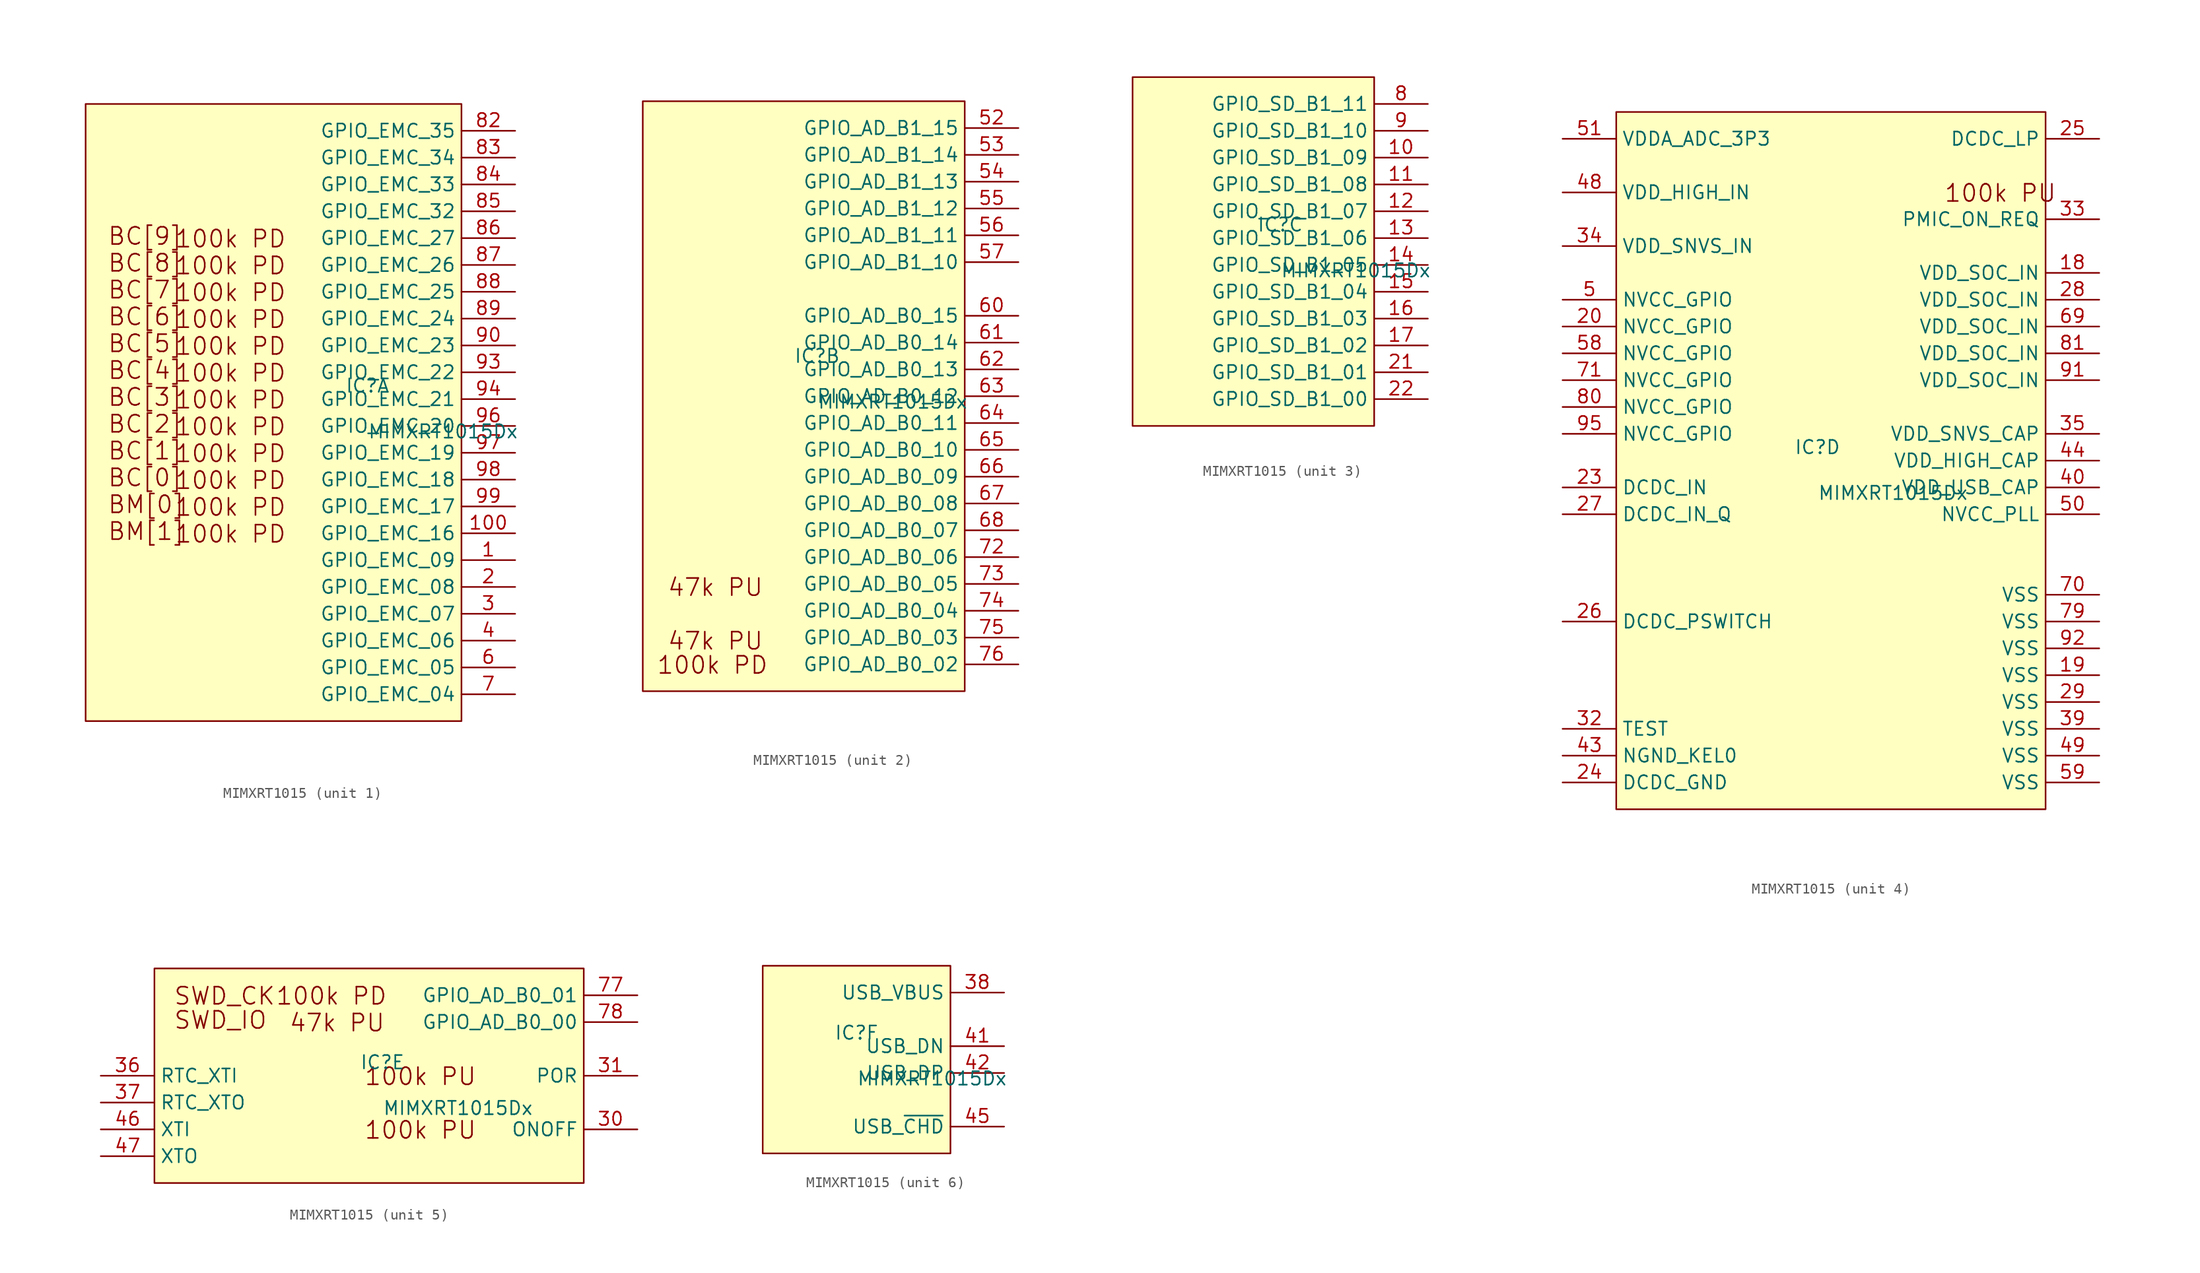
<source format=kicad_sym>
(kicad_symbol_lib
  (version 20231120)
  (generator "kicad_symbol_editor")
  (generator_version "8.0")
  (symbol "MIMXRT1015"
    (property "Reference" "IC"
      (at -1.27 1.27 0)
      (effects (font (size 1.27 1.27))))
    (property "Value" "MIMXRT1015Dx"
      (at -1.27 -3.81 0)
      (effects (font (size 1.27 1.27)) (justify left bottom)))
    (symbol "MIMXRT1015_1_0"
      (rectangle (start -27.94 27.94) (end 7.62 -30.48) (stroke (width 0) (type solid) (color 128 0 0 1)) (fill (type background)))
      (text "100k PD" (at -19.558 -13.716 0) (effects (font (size 1.626 1.626)) (justify left bottom)))
      (text "100k PD" (at -19.558 -11.176 0) (effects (font (size 1.626 1.626)) (justify left bottom)))
      (text "100k PD" (at -19.558 -8.636 0) (effects (font (size 1.626 1.626)) (justify left bottom)))
      (text "100k PD" (at -19.558 -6.096 0) (effects (font (size 1.626 1.626)) (justify left bottom)))
      (text "100k PD" (at -19.558 -3.556 0) (effects (font (size 1.626 1.626)) (justify left bottom)))
      (text "100k PD" (at -19.558 -1.016 0) (effects (font (size 1.626 1.626)) (justify left bottom)))
      (text "100k PD" (at -19.558 1.524 0) (effects (font (size 1.626 1.626)) (justify left bottom)))
      (text "100k PD" (at -19.558 4.064 0) (effects (font (size 1.626 1.626)) (justify left bottom)))
      (text "100k PD" (at -19.558 6.604 0) (effects (font (size 1.626 1.626)) (justify left bottom)))
      (text "100k PD" (at -19.558 9.144 0) (effects (font (size 1.626 1.626)) (justify left bottom)))
      (text "100k PD" (at -19.558 11.684 0) (effects (font (size 1.626 1.626)) (justify left bottom)))
      (text "100k PD" (at -19.558 14.224 0) (effects (font (size 1.626 1.626)) (justify left bottom)))
      (text "BC[0]" (at -25.908 -8.382 0) (effects (font (size 1.626 1.626)) (justify left bottom)))
      (text "BC[1]" (at -25.908 -5.842 0) (effects (font (size 1.626 1.626)) (justify left bottom)))
      (text "BC[2]" (at -25.908 -3.302 0) (effects (font (size 1.626 1.626)) (justify left bottom)))
      (text "BC[3]" (at -25.908 -0.762 0) (effects (font (size 1.626 1.626)) (justify left bottom)))
      (text "BC[4]" (at -25.908 1.778 0) (effects (font (size 1.626 1.626)) (justify left bottom)))
      (text "BC[5]" (at -25.908 4.318 0) (effects (font (size 1.626 1.626)) (justify left bottom)))
      (text "BC[6]" (at -25.908 6.858 0) (effects (font (size 1.626 1.626)) (justify left bottom)))
      (text "BC[7]" (at -25.908 9.398 0) (effects (font (size 1.626 1.626)) (justify left bottom)))
      (text "BC[8]" (at -25.908 11.938 0) (effects (font (size 1.626 1.626)) (justify left bottom)))
      (text "BC[9]" (at -25.908 14.478 0) (effects (font (size 1.626 1.626)) (justify left bottom)))
      (text "BM[0]" (at -25.908 -10.922 0) (effects (font (size 1.626 1.626)) (justify left bottom)))
      (text "BM[1]" (at -25.908 -13.462 0) (effects (font (size 1.626 1.626)) (justify left bottom)))
      (pin bidirectional line (at 12.7 -15.24 180) (length 5.08) (name "GPIO_EMC_09" (effects (font (size 1.27 1.27)))) (number "1" (effects (font (size 1.27 1.27)))))
      (pin bidirectional line (at 12.7 -12.7 180) (length 5.08) (name "GPIO_EMC_16" (effects (font (size 1.27 1.27)))) (number "100" (effects (font (size 1.27 1.27)))))
      (pin bidirectional line (at 12.7 -17.78 180) (length 5.08) (name "GPIO_EMC_08" (effects (font (size 1.27 1.27)))) (number "2" (effects (font (size 1.27 1.27)))))
      (pin bidirectional line (at 12.7 -20.32 180) (length 5.08) (name "GPIO_EMC_07" (effects (font (size 1.27 1.27)))) (number "3" (effects (font (size 1.27 1.27)))))
      (pin bidirectional line (at 12.7 -22.86 180) (length 5.08) (name "GPIO_EMC_06" (effects (font (size 1.27 1.27)))) (number "4" (effects (font (size 1.27 1.27)))))
      (pin bidirectional line (at 12.7 -25.4 180) (length 5.08) (name "GPIO_EMC_05" (effects (font (size 1.27 1.27)))) (number "6" (effects (font (size 1.27 1.27)))))
      (pin bidirectional line (at 12.7 -27.94 180) (length 5.08) (name "GPIO_EMC_04" (effects (font (size 1.27 1.27)))) (number "7" (effects (font (size 1.27 1.27)))))
      (pin bidirectional line (at 12.7 25.4 180) (length 5.08) (name "GPIO_EMC_35" (effects (font (size 1.27 1.27)))) (number "82" (effects (font (size 1.27 1.27)))))
      (pin bidirectional line (at 12.7 22.86 180) (length 5.08) (name "GPIO_EMC_34" (effects (font (size 1.27 1.27)))) (number "83" (effects (font (size 1.27 1.27)))))
      (pin bidirectional line (at 12.7 20.32 180) (length 5.08) (name "GPIO_EMC_33" (effects (font (size 1.27 1.27)))) (number "84" (effects (font (size 1.27 1.27)))))
      (pin bidirectional line (at 12.7 17.78 180) (length 5.08) (name "GPIO_EMC_32" (effects (font (size 1.27 1.27)))) (number "85" (effects (font (size 1.27 1.27)))))
      (pin bidirectional line (at 12.7 15.24 180) (length 5.08) (name "GPIO_EMC_27" (effects (font (size 1.27 1.27)))) (number "86" (effects (font (size 1.27 1.27)))))
      (pin bidirectional line (at 12.7 12.7 180) (length 5.08) (name "GPIO_EMC_26" (effects (font (size 1.27 1.27)))) (number "87" (effects (font (size 1.27 1.27)))))
      (pin bidirectional line (at 12.7 10.16 180) (length 5.08) (name "GPIO_EMC_25" (effects (font (size 1.27 1.27)))) (number "88" (effects (font (size 1.27 1.27)))))
      (pin bidirectional line (at 12.7 7.62 180) (length 5.08) (name "GPIO_EMC_24" (effects (font (size 1.27 1.27)))) (number "89" (effects (font (size 1.27 1.27)))))
      (pin bidirectional line (at 12.7 5.08 180) (length 5.08) (name "GPIO_EMC_23" (effects (font (size 1.27 1.27)))) (number "90" (effects (font (size 1.27 1.27)))))
      (pin bidirectional line (at 12.7 2.54 180) (length 5.08) (name "GPIO_EMC_22" (effects (font (size 1.27 1.27)))) (number "93" (effects (font (size 1.27 1.27)))))
      (pin bidirectional line (at 12.7 0 180) (length 5.08) (name "GPIO_EMC_21" (effects (font (size 1.27 1.27)))) (number "94" (effects (font (size 1.27 1.27)))))
      (pin bidirectional line (at 12.7 -2.54 180) (length 5.08) (name "GPIO_EMC_20" (effects (font (size 1.27 1.27)))) (number "96" (effects (font (size 1.27 1.27)))))
      (pin bidirectional line (at 12.7 -5.08 180) (length 5.08) (name "GPIO_EMC_19" (effects (font (size 1.27 1.27)))) (number "97" (effects (font (size 1.27 1.27)))))
      (pin bidirectional line (at 12.7 -7.62 180) (length 5.08) (name "GPIO_EMC_18" (effects (font (size 1.27 1.27)))) (number "98" (effects (font (size 1.27 1.27)))))
      (pin bidirectional line (at 12.7 -10.16 180) (length 5.08) (name "GPIO_EMC_17" (effects (font (size 1.27 1.27)))) (number "99" (effects (font (size 1.27 1.27))))))
    (symbol "MIMXRT1015_2_0"
      (rectangle (start -17.78 25.4) (end 12.7 -30.48) (stroke (width 0) (type solid) (color 128 0 0 1)) (fill (type background)))
      (text "100k PD" (at -16.51 -28.956 0) (effects (font (size 1.626 1.626)) (justify left bottom)))
      (text "47k PU" (at -15.494 -26.67 0) (effects (font (size 1.626 1.626)) (justify left bottom)))
      (text "47k PU" (at -15.494 -21.59 0) (effects (font (size 1.626 1.626)) (justify left bottom)))
      (pin passive line (at 17.78 22.86 180) (length 5.08) (name "GPIO_AD_B1_15" (effects (font (size 1.27 1.27)))) (number "52" (effects (font (size 1.27 1.27)))))
      (pin passive line (at 17.78 20.32 180) (length 5.08) (name "GPIO_AD_B1_14" (effects (font (size 1.27 1.27)))) (number "53" (effects (font (size 1.27 1.27)))))
      (pin passive line (at 17.78 17.78 180) (length 5.08) (name "GPIO_AD_B1_13" (effects (font (size 1.27 1.27)))) (number "54" (effects (font (size 1.27 1.27)))))
      (pin passive line (at 17.78 15.24 180) (length 5.08) (name "GPIO_AD_B1_12" (effects (font (size 1.27 1.27)))) (number "55" (effects (font (size 1.27 1.27)))))
      (pin passive line (at 17.78 12.7 180) (length 5.08) (name "GPIO_AD_B1_11" (effects (font (size 1.27 1.27)))) (number "56" (effects (font (size 1.27 1.27)))))
      (pin passive line (at 17.78 10.16 180) (length 5.08) (name "GPIO_AD_B1_10" (effects (font (size 1.27 1.27)))) (number "57" (effects (font (size 1.27 1.27)))))
      (pin passive line (at 17.78 5.08 180) (length 5.08) (name "GPIO_AD_B0_15" (effects (font (size 1.27 1.27)))) (number "60" (effects (font (size 1.27 1.27)))))
      (pin passive line (at 17.78 2.54 180) (length 5.08) (name "GPIO_AD_B0_14" (effects (font (size 1.27 1.27)))) (number "61" (effects (font (size 1.27 1.27)))))
      (pin passive line (at 17.78 0 180) (length 5.08) (name "GPIO_AD_B0_13" (effects (font (size 1.27 1.27)))) (number "62" (effects (font (size 1.27 1.27)))))
      (pin passive line (at 17.78 -2.54 180) (length 5.08) (name "GPIO_AD_B0_12" (effects (font (size 1.27 1.27)))) (number "63" (effects (font (size 1.27 1.27)))))
      (pin passive line (at 17.78 -5.08 180) (length 5.08) (name "GPIO_AD_B0_11" (effects (font (size 1.27 1.27)))) (number "64" (effects (font (size 1.27 1.27)))))
      (pin passive line (at 17.78 -7.62 180) (length 5.08) (name "GPIO_AD_B0_10" (effects (font (size 1.27 1.27)))) (number "65" (effects (font (size 1.27 1.27)))))
      (pin passive line (at 17.78 -10.16 180) (length 5.08) (name "GPIO_AD_B0_09" (effects (font (size 1.27 1.27)))) (number "66" (effects (font (size 1.27 1.27)))))
      (pin passive line (at 17.78 -12.7 180) (length 5.08) (name "GPIO_AD_B0_08" (effects (font (size 1.27 1.27)))) (number "67" (effects (font (size 1.27 1.27)))))
      (pin passive line (at 17.78 -15.24 180) (length 5.08) (name "GPIO_AD_B0_07" (effects (font (size 1.27 1.27)))) (number "68" (effects (font (size 1.27 1.27)))))
      (pin passive line (at 17.78 -17.78 180) (length 5.08) (name "GPIO_AD_B0_06" (effects (font (size 1.27 1.27)))) (number "72" (effects (font (size 1.27 1.27)))))
      (pin passive line (at 17.78 -20.32 180) (length 5.08) (name "GPIO_AD_B0_05" (effects (font (size 1.27 1.27)))) (number "73" (effects (font (size 1.27 1.27)))))
      (pin passive line (at 17.78 -22.86 180) (length 5.08) (name "GPIO_AD_B0_04" (effects (font (size 1.27 1.27)))) (number "74" (effects (font (size 1.27 1.27)))))
      (pin passive line (at 17.78 -25.4 180) (length 5.08) (name "GPIO_AD_B0_03" (effects (font (size 1.27 1.27)))) (number "75" (effects (font (size 1.27 1.27)))))
      (pin passive line (at 17.78 -27.94 180) (length 5.08) (name "GPIO_AD_B0_02" (effects (font (size 1.27 1.27)))) (number "76" (effects (font (size 1.27 1.27))))))
    (symbol "MIMXRT1015_3_0"
      (rectangle (start -15.24 15.24) (end 7.62 -17.78) (stroke (width 0) (type solid) (color 128 0 0 1)) (fill (type background)))
      (pin passive line (at 12.7 7.62 180) (length 5.08) (name "GPIO_SD_B1_09" (effects (font (size 1.27 1.27)))) (number "10" (effects (font (size 1.27 1.27)))))
      (pin passive line (at 12.7 5.08 180) (length 5.08) (name "GPIO_SD_B1_08" (effects (font (size 1.27 1.27)))) (number "11" (effects (font (size 1.27 1.27)))))
      (pin passive line (at 12.7 2.54 180) (length 5.08) (name "GPIO_SD_B1_07" (effects (font (size 1.27 1.27)))) (number "12" (effects (font (size 1.27 1.27)))))
      (pin passive line (at 12.7 0 180) (length 5.08) (name "GPIO_SD_B1_06" (effects (font (size 1.27 1.27)))) (number "13" (effects (font (size 1.27 1.27)))))
      (pin passive line (at 12.7 -2.54 180) (length 5.08) (name "GPIO_SD_B1_05" (effects (font (size 1.27 1.27)))) (number "14" (effects (font (size 1.27 1.27)))))
      (pin passive line (at 12.7 -5.08 180) (length 5.08) (name "GPIO_SD_B1_04" (effects (font (size 1.27 1.27)))) (number "15" (effects (font (size 1.27 1.27)))))
      (pin passive line (at 12.7 -7.62 180) (length 5.08) (name "GPIO_SD_B1_03" (effects (font (size 1.27 1.27)))) (number "16" (effects (font (size 1.27 1.27)))))
      (pin passive line (at 12.7 -10.16 180) (length 5.08) (name "GPIO_SD_B1_02" (effects (font (size 1.27 1.27)))) (number "17" (effects (font (size 1.27 1.27)))))
      (pin passive line (at 12.7 -12.7 180) (length 5.08) (name "GPIO_SD_B1_01" (effects (font (size 1.27 1.27)))) (number "21" (effects (font (size 1.27 1.27)))))
      (pin passive line (at 12.7 -15.24 180) (length 5.08) (name "GPIO_SD_B1_00" (effects (font (size 1.27 1.27)))) (number "22" (effects (font (size 1.27 1.27)))))
      (pin passive line (at 12.7 12.7 180) (length 5.08) (name "GPIO_SD_B1_11" (effects (font (size 1.27 1.27)))) (number "8" (effects (font (size 1.27 1.27)))))
      (pin passive line (at 12.7 10.16 180) (length 5.08) (name "GPIO_SD_B1_10" (effects (font (size 1.27 1.27)))) (number "9" (effects (font (size 1.27 1.27))))))
    (symbol "MIMXRT1015_4_0"
      (rectangle (start -20.32 33.02) (end 20.32 -33.02) (stroke (width 0) (type solid) (color 128 0 0 1)) (fill (type background)))
      (text "100k PU" (at 10.668 24.384 0) (effects (font (size 1.626 1.626)) (justify left bottom)))
      (pin passive line (at 25.4 17.78 180) (length 5.08) (name "VDD_SOC_IN" (effects (font (size 1.27 1.27)))) (number "18" (effects (font (size 1.27 1.27)))))
      (pin passive line (at 25.4 -20.32 180) (length 5.08) (name "VSS" (effects (font (size 1.27 1.27)))) (number "19" (effects (font (size 1.27 1.27)))))
      (pin passive line (at -25.4 12.7 0) (length 5.08) (name "NVCC_GPIO" (effects (font (size 1.27 1.27)))) (number "20" (effects (font (size 1.27 1.27)))))
      (pin passive line (at -25.4 -2.54 0) (length 5.08) (name "DCDC_IN" (effects (font (size 1.27 1.27)))) (number "23" (effects (font (size 1.27 1.27)))))
      (pin passive line (at -25.4 -30.48 0) (length 5.08) (name "DCDC_GND" (effects (font (size 1.27 1.27)))) (number "24" (effects (font (size 1.27 1.27)))))
      (pin passive line (at 25.4 30.48 180) (length 5.08) (name "DCDC_LP" (effects (font (size 1.27 1.27)))) (number "25" (effects (font (size 1.27 1.27)))))
      (pin passive line (at -25.4 -15.24 0) (length 5.08) (name "DCDC_PSWITCH" (effects (font (size 1.27 1.27)))) (number "26" (effects (font (size 1.27 1.27)))))
      (pin passive line (at -25.4 -5.08 0) (length 5.08) (name "DCDC_IN_Q" (effects (font (size 1.27 1.27)))) (number "27" (effects (font (size 1.27 1.27)))))
      (pin passive line (at 25.4 15.24 180) (length 5.08) (name "VDD_SOC_IN" (effects (font (size 1.27 1.27)))) (number "28" (effects (font (size 1.27 1.27)))))
      (pin passive line (at 25.4 -22.86 180) (length 5.08) (name "VSS" (effects (font (size 1.27 1.27)))) (number "29" (effects (font (size 1.27 1.27)))))
      (pin passive line (at -25.4 -25.4 0) (length 5.08) (name "TEST" (effects (font (size 1.27 1.27)))) (number "32" (effects (font (size 1.27 1.27)))))
      (pin passive line (at 25.4 22.86 180) (length 5.08) (name "PMIC_ON_REQ" (effects (font (size 1.27 1.27)))) (number "33" (effects (font (size 1.27 1.27)))))
      (pin passive line (at -25.4 20.32 0) (length 5.08) (name "VDD_SNVS_IN" (effects (font (size 1.27 1.27)))) (number "34" (effects (font (size 1.27 1.27)))))
      (pin passive line (at 25.4 2.54 180) (length 5.08) (name "VDD_SNVS_CAP" (effects (font (size 1.27 1.27)))) (number "35" (effects (font (size 1.27 1.27)))))
      (pin passive line (at 25.4 -25.4 180) (length 5.08) (name "VSS" (effects (font (size 1.27 1.27)))) (number "39" (effects (font (size 1.27 1.27)))))
      (pin passive line (at 25.4 -2.54 180) (length 5.08) (name "VDD_USB_CAP" (effects (font (size 1.27 1.27)))) (number "40" (effects (font (size 1.27 1.27)))))
      (pin passive line (at -25.4 -27.94 0) (length 5.08) (name "NGND_KEL0" (effects (font (size 1.27 1.27)))) (number "43" (effects (font (size 1.27 1.27)))))
      (pin passive line (at 25.4 0 180) (length 5.08) (name "VDD_HIGH_CAP" (effects (font (size 1.27 1.27)))) (number "44" (effects (font (size 1.27 1.27)))))
      (pin passive line (at -25.4 25.4 0) (length 5.08) (name "VDD_HIGH_IN" (effects (font (size 1.27 1.27)))) (number "48" (effects (font (size 1.27 1.27)))))
      (pin passive line (at 25.4 -27.94 180) (length 5.08) (name "VSS" (effects (font (size 1.27 1.27)))) (number "49" (effects (font (size 1.27 1.27)))))
      (pin passive line (at -25.4 15.24 0) (length 5.08) (name "NVCC_GPIO" (effects (font (size 1.27 1.27)))) (number "5" (effects (font (size 1.27 1.27)))))
      (pin passive line (at 25.4 -5.08 180) (length 5.08) (name "NVCC_PLL" (effects (font (size 1.27 1.27)))) (number "50" (effects (font (size 1.27 1.27)))))
      (pin passive line (at -25.4 30.48 0) (length 5.08) (name "VDDA_ADC_3P3" (effects (font (size 1.27 1.27)))) (number "51" (effects (font (size 1.27 1.27)))))
      (pin passive line (at -25.4 10.16 0) (length 5.08) (name "NVCC_GPIO" (effects (font (size 1.27 1.27)))) (number "58" (effects (font (size 1.27 1.27)))))
      (pin passive line (at 25.4 -30.48 180) (length 5.08) (name "VSS" (effects (font (size 1.27 1.27)))) (number "59" (effects (font (size 1.27 1.27)))))
      (pin passive line (at 25.4 12.7 180) (length 5.08) (name "VDD_SOC_IN" (effects (font (size 1.27 1.27)))) (number "69" (effects (font (size 1.27 1.27)))))
      (pin passive line (at 25.4 -12.7 180) (length 5.08) (name "VSS" (effects (font (size 1.27 1.27)))) (number "70" (effects (font (size 1.27 1.27)))))
      (pin passive line (at -25.4 7.62 0) (length 5.08) (name "NVCC_GPIO" (effects (font (size 1.27 1.27)))) (number "71" (effects (font (size 1.27 1.27)))))
      (pin passive line (at 25.4 -15.24 180) (length 5.08) (name "VSS" (effects (font (size 1.27 1.27)))) (number "79" (effects (font (size 1.27 1.27)))))
      (pin passive line (at -25.4 5.08 0) (length 5.08) (name "NVCC_GPIO" (effects (font (size 1.27 1.27)))) (number "80" (effects (font (size 1.27 1.27)))))
      (pin passive line (at 25.4 10.16 180) (length 5.08) (name "VDD_SOC_IN" (effects (font (size 1.27 1.27)))) (number "81" (effects (font (size 1.27 1.27)))))
      (pin passive line (at 25.4 7.62 180) (length 5.08) (name "VDD_SOC_IN" (effects (font (size 1.27 1.27)))) (number "91" (effects (font (size 1.27 1.27)))))
      (pin passive line (at 25.4 -17.78 180) (length 5.08) (name "VSS" (effects (font (size 1.27 1.27)))) (number "92" (effects (font (size 1.27 1.27)))))
      (pin passive line (at -25.4 2.54 0) (length 5.08) (name "NVCC_GPIO" (effects (font (size 1.27 1.27)))) (number "95" (effects (font (size 1.27 1.27))))))
    (symbol "MIMXRT1015_5_0"
      (rectangle (start -22.86 10.16) (end 17.78 -10.16) (stroke (width 0) (type solid) (color 128 0 0 1)) (fill (type background)))
      (text "100k PD" (at -11.43 6.604 0) (effects (font (size 1.626 1.626)) (justify left bottom)))
      (text "100k PU" (at -3.048 -6.096 0) (effects (font (size 1.626 1.626)) (justify left bottom)))
      (text "100k PU" (at -3.048 -1.016 0) (effects (font (size 1.626 1.626)) (justify left bottom)))
      (text "47k PU" (at -10.16 4.064 0) (effects (font (size 1.626 1.626)) (justify left bottom)))
      (text "SWD_CK" (at -21.082 6.604 0) (effects (font (size 1.626 1.626)) (justify left bottom)))
      (text "SWD_IO" (at -21.082 4.318 0) (effects (font (size 1.626 1.626)) (justify left bottom)))
      (pin passive line (at 22.86 -5.08 180) (length 5.08) (name "ONOFF" (effects (font (size 1.27 1.27)))) (number "30" (effects (font (size 1.27 1.27)))))
      (pin passive line (at 22.86 0 180) (length 5.08) (name "POR" (effects (font (size 1.27 1.27)))) (number "31" (effects (font (size 1.27 1.27)))))
      (pin passive line (at -27.94 0 0) (length 5.08) (name "RTC_XTI" (effects (font (size 1.27 1.27)))) (number "36" (effects (font (size 1.27 1.27)))))
      (pin passive line (at -27.94 -2.54 0) (length 5.08) (name "RTC_XTO" (effects (font (size 1.27 1.27)))) (number "37" (effects (font (size 1.27 1.27)))))
      (pin passive line (at -27.94 -5.08 0) (length 5.08) (name "XTI" (effects (font (size 1.27 1.27)))) (number "46" (effects (font (size 1.27 1.27)))))
      (pin passive line (at -27.94 -7.62 0) (length 5.08) (name "XTO" (effects (font (size 1.27 1.27)))) (number "47" (effects (font (size 1.27 1.27)))))
      (pin passive line (at 22.86 7.62 180) (length 5.08) (name "GPIO_AD_B0_01" (effects (font (size 1.27 1.27)))) (number "77" (effects (font (size 1.27 1.27)))))
      (pin passive line (at 22.86 5.08 180) (length 5.08) (name "GPIO_AD_B0_00" (effects (font (size 1.27 1.27)))) (number "78" (effects (font (size 1.27 1.27))))))
    (symbol "MIMXRT1015_6_0"
      (rectangle (start -10.16 7.62) (end 7.62 -10.16) (stroke (width 0) (type solid) (color 128 0 0 1)) (fill (type background)))
      (pin passive line (at 12.7 5.08 180) (length 5.08) (name "USB_VBUS" (effects (font (size 1.27 1.27)))) (number "38" (effects (font (size 1.27 1.27)))))
      (pin passive line (at 12.7 0 180) (length 5.08) (name "USB_DN" (effects (font (size 1.27 1.27)))) (number "41" (effects (font (size 1.27 1.27)))))
      (pin passive line (at 12.7 -2.54 180) (length 5.08) (name "USB_DP" (effects (font (size 1.27 1.27)))) (number "42" (effects (font (size 1.27 1.27)))))
      (pin passive line (at 12.7 -7.62 180) (length 5.08) (name "USB_~{CHD}" (effects (font (size 1.27 1.27)))) (number "45" (effects (font (size 1.27 1.27))))))))
</source>
